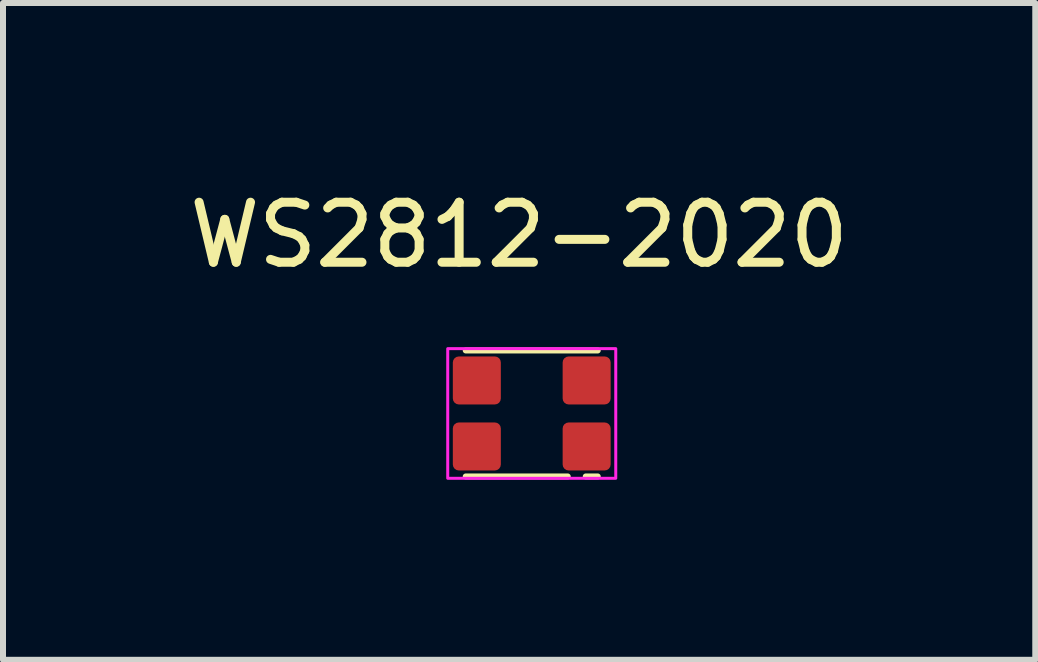
<source format=kicad_pcb>
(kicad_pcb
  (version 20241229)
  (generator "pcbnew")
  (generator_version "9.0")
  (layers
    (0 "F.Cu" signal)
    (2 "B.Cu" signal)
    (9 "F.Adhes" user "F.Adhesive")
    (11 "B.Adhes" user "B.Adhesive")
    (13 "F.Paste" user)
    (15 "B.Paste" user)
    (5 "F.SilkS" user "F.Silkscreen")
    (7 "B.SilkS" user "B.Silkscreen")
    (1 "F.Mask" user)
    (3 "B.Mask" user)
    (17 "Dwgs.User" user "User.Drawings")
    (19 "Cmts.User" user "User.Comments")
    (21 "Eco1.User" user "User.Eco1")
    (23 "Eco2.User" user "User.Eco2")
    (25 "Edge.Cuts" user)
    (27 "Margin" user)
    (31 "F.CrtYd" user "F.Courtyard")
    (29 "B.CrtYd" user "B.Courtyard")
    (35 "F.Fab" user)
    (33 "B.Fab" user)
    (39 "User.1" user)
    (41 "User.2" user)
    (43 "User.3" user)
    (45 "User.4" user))
  (footprint "WS2812-2020"
    (layer "F.Cu")
    (at 5.811 3.84)
    (property "Reference" "WS2812-2020" (at -0.21 -2.39 0) (layer "F.SilkS") (effects (font (size 1 1) (thickness 0.15)) (justify bottom)))
    (attr smd)
    (fp_line (start -1.1 -1.05) (end 1.1 -1.05) (stroke (width 0.1) (type solid)) (layer "F.SilkS"))
    (fp_line (start 0.6 1.05) (end -1.1 1.05) (stroke (width 0.1) (type solid)) (layer "F.SilkS"))
    (fp_line (start 0.9 1.05) (end 1.1 1.05) (stroke (width 0.1) (type solid)) (layer "F.SilkS"))
    (fp_rect (start -1.4 -1.08) (end 1.4 1.08) (stroke (width 0.05) (type solid)) (fill no) (layer "F.CrtYd"))
    (pad "1" smd roundrect (at 0.915 0.55) (size 0.8 0.8) (layers "F.Cu" "F.Mask" "F.Paste") (roundrect_rratio 0.125))
    (pad "2" smd roundrect (at 0.915 -0.55) (size 0.8 0.8) (layers "F.Cu" "F.Mask" "F.Paste") (roundrect_rratio 0.125))
    (pad "3" smd roundrect (at -0.915 -0.55) (size 0.8 0.8) (layers "F.Cu" "F.Mask" "F.Paste") (roundrect_rratio 0.125))
    (pad "4" smd roundrect (at -0.915 0.55) (size 0.8 0.8) (layers "F.Cu" "F.Mask" "F.Paste") (roundrect_rratio 0.125)))
  (gr_rect
    (start -3 -3)
    (end 14.202 7.945)
    (stroke (width 0.1) (type default))
    (fill no)
    (layer "Edge.Cuts")))
</source>
